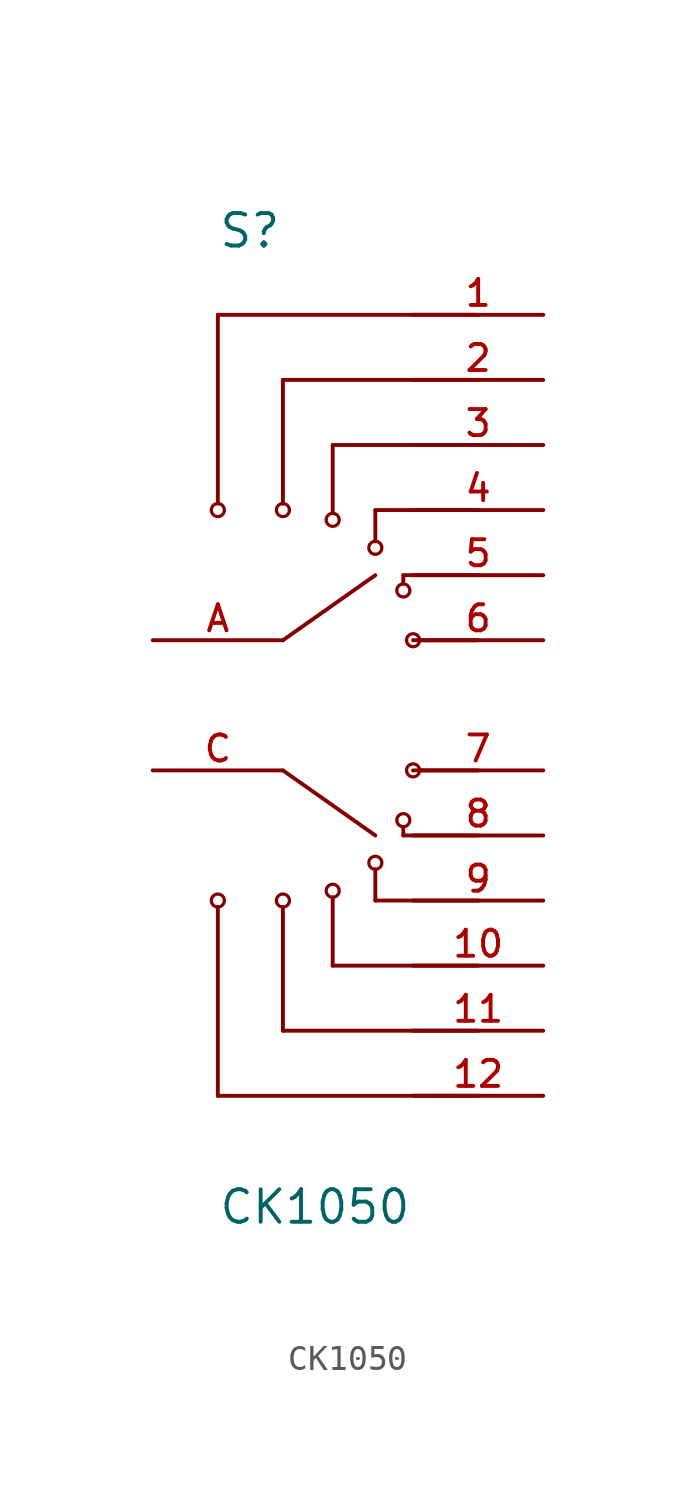
<source format=kicad_sym>
(kicad_symbol_lib
  (version 20211014)
  (generator kicad_symbol_editor)
  (symbol "CK1050"
    (pin_names
      (offset 1.016))
    (property "Reference" "S"
      (at -5.08 17.78 0)
      (effects (font (size 1.27 1.27)) (justify bottom left)))
    (property "Value" "CK1050"
      (at -5.08 -20.32 0)
      (effects (font (size 1.27 1.27)) (justify bottom left)))
    (symbol "CK1050_0_0"
      (circle (center -2.54 7.62) (radius 0.254) (stroke (width 0.127)) (fill (type none)))
      (circle (center 2.159 4.483) (radius 0.254) (stroke (width 0.127)) (fill (type none)))
      (circle (center 1.067 6.147) (radius 0.254) (stroke (width 0.127)) (fill (type none)))
      (circle (center 2.54 2.54) (radius 0.254) (stroke (width 0.127)) (fill (type none)))
      (circle (center 2.159 -4.483) (radius 0.254) (stroke (width 0.127)) (fill (type none)))
      (circle (center -0.597 -7.239) (radius 0.254) (stroke (width 0.127)) (fill (type none)))
      (circle (center -2.54 -7.62) (radius 0.254) (stroke (width 0.127)) (fill (type none)))
      (polyline (pts (xy -2.54 2.54) (xy 1.067 5.08)) (stroke (width 0.152)))
      (circle (center -0.597 7.239) (radius 0.254) (stroke (width 0.127)) (fill (type none)))
      (circle (center 1.067 -6.147) (radius 0.254) (stroke (width 0.127)) (fill (type none)))
      (polyline (pts (xy 5.08 12.7) (xy -2.54 12.7)) (stroke (width 0.152)))
      (polyline (pts (xy -2.54 12.7) (xy -2.54 7.874)) (stroke (width 0.152)))
      (polyline (pts (xy 5.08 10.16) (xy -0.597 10.16)) (stroke (width 0.152)))
      (polyline (pts (xy -0.597 10.16) (xy -0.597 7.493)) (stroke (width 0.152)))
      (polyline (pts (xy 5.08 7.62) (xy 1.067 7.62)) (stroke (width 0.152)))
      (polyline (pts (xy 1.067 7.62) (xy 1.067 6.401)) (stroke (width 0.152)))
      (polyline (pts (xy 5.08 5.08) (xy 2.159 5.08)) (stroke (width 0.152)))
      (polyline (pts (xy 2.159 5.08) (xy 2.159 4.75)) (stroke (width 0.152)))
      (polyline (pts (xy 5.08 2.54) (xy 2.794 2.54)) (stroke (width 0.152)))
      (polyline (pts (xy 5.08 -5.08) (xy 2.159 -5.08)) (stroke (width 0.152)))
      (polyline (pts (xy 2.159 -5.08) (xy 2.159 -4.75)) (stroke (width 0.152)))
      (polyline (pts (xy 5.08 -7.62) (xy 1.067 -7.62)) (stroke (width 0.152)))
      (polyline (pts (xy 1.067 -7.62) (xy 1.067 -6.401)) (stroke (width 0.152)))
      (polyline (pts (xy 5.08 -10.16) (xy -0.597 -10.16)) (stroke (width 0.152)))
      (polyline (pts (xy -0.597 -10.16) (xy -0.597 -7.493)) (stroke (width 0.152)))
      (polyline (pts (xy 5.08 -12.7) (xy -2.54 -12.7)) (stroke (width 0.152)))
      (polyline (pts (xy -2.54 -12.7) (xy -2.54 -7.874)) (stroke (width 0.152)))
      (circle (center 2.54 -2.54) (radius 0.254) (stroke (width 0.127)) (fill (type none)))
      (polyline (pts (xy 5.08 -2.54) (xy 2.794 -2.54)) (stroke (width 0.152)))
      (circle (center -5.08 7.62) (radius 0.254) (stroke (width 0.127)) (fill (type none)))
      (polyline (pts (xy -5.08 15.24) (xy -5.08 7.874)) (stroke (width 0.152)))
      (polyline (pts (xy 5.08 15.24) (xy -5.08 15.24)) (stroke (width 0.152)))
      (circle (center -5.08 -7.62) (radius 0.254) (stroke (width 0.127)) (fill (type none)))
      (polyline (pts (xy -5.08 -15.24) (xy -5.08 -7.874)) (stroke (width 0.152)))
      (polyline (pts (xy 5.08 -15.24) (xy -5.08 -15.24)) (stroke (width 0.152)))
      (polyline (pts (xy -2.54 -2.54) (xy 1.067 -5.08)) (stroke (width 0.152)))
      (pin passive line (at 7.62 15.24 180.0) (length 5.08) (name "~" (effects (font (size 1.016 1.016)))) (number "1" (effects (font (size 1.016 1.016)))))
      (pin passive line (at 7.62 12.7 180.0) (length 5.08) (name "~" (effects (font (size 1.016 1.016)))) (number "2" (effects (font (size 1.016 1.016)))))
      (pin passive line (at 7.62 10.16 180.0) (length 5.08) (name "~" (effects (font (size 1.016 1.016)))) (number "3" (effects (font (size 1.016 1.016)))))
      (pin passive line (at 7.62 7.62 180.0) (length 5.08) (name "~" (effects (font (size 1.016 1.016)))) (number "4" (effects (font (size 1.016 1.016)))))
      (pin passive line (at 7.62 5.08 180.0) (length 5.08) (name "~" (effects (font (size 1.016 1.016)))) (number "5" (effects (font (size 1.016 1.016)))))
      (pin passive line (at 7.62 2.54 180.0) (length 5.08) (name "~" (effects (font (size 1.016 1.016)))) (number "6" (effects (font (size 1.016 1.016)))))
      (pin passive line (at 7.62 -2.54 180.0) (length 5.08) (name "~" (effects (font (size 1.016 1.016)))) (number "7" (effects (font (size 1.016 1.016)))))
      (pin passive line (at -7.62 2.54 0) (length 5.08) (name "~" (effects (font (size 1.016 1.016)))) (number "A" (effects (font (size 1.016 1.016)))))
      (pin passive line (at 7.62 -5.08 180.0) (length 5.08) (name "~" (effects (font (size 1.016 1.016)))) (number "8" (effects (font (size 1.016 1.016)))))
      (pin passive line (at 7.62 -7.62 180.0) (length 5.08) (name "~" (effects (font (size 1.016 1.016)))) (number "9" (effects (font (size 1.016 1.016)))))
      (pin passive line (at 7.62 -10.16 180.0) (length 5.08) (name "~" (effects (font (size 1.016 1.016)))) (number "10" (effects (font (size 1.016 1.016)))))
      (pin passive line (at 7.62 -12.7 180.0) (length 5.08) (name "~" (effects (font (size 1.016 1.016)))) (number "11" (effects (font (size 1.016 1.016)))))
      (pin passive line (at 7.62 -15.24 180.0) (length 5.08) (name "~" (effects (font (size 1.016 1.016)))) (number "12" (effects (font (size 1.016 1.016)))))
      (pin passive line (at -7.62 -2.54 0) (length 5.08) (name "~" (effects (font (size 1.016 1.016)))) (number "C" (effects (font (size 1.016 1.016))))))))
</source>
